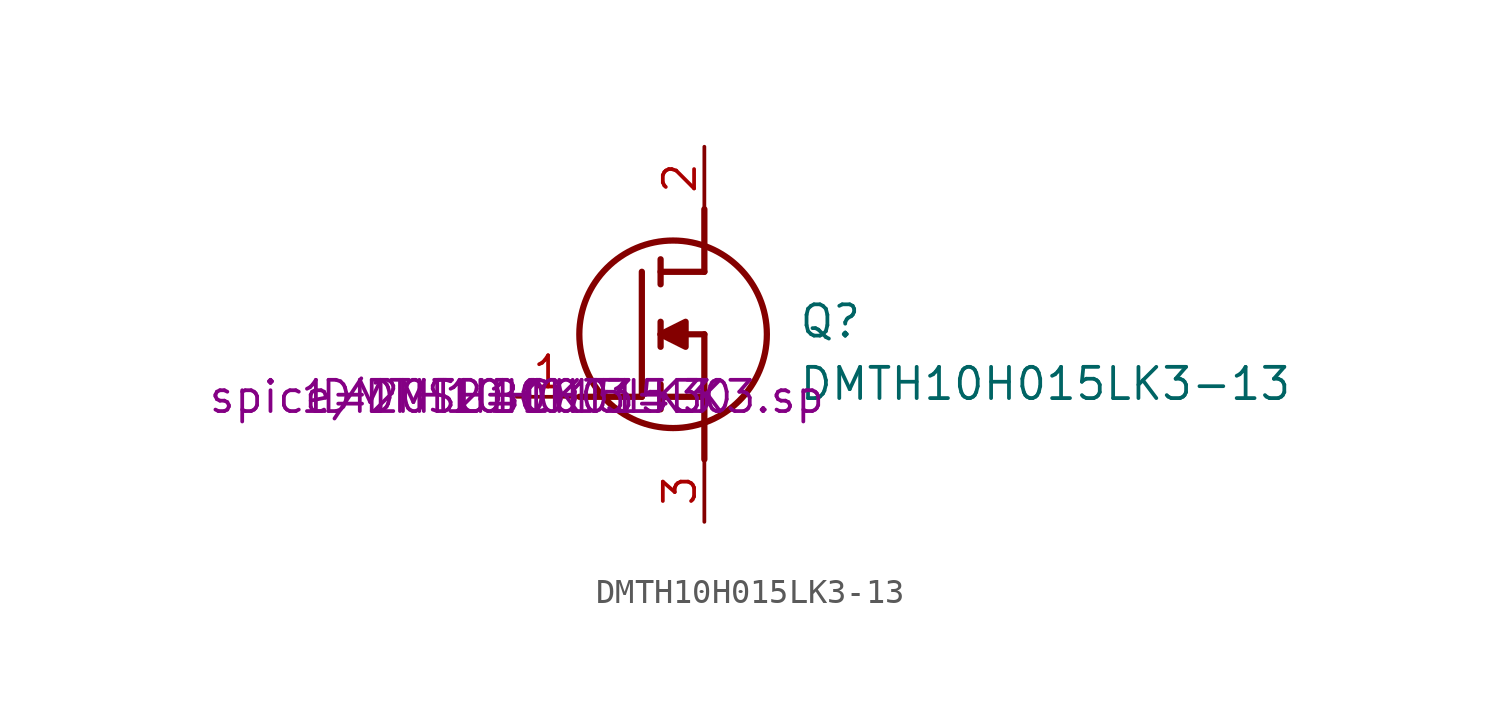
<source format=kicad_sym>
(kicad_symbol_lib
  (version 20220914)
  (generator kicad_symbol_editor)
  (symbol "DMTH10H015LK3-13"
    (pin_names hide)
    (property "Reference" "Q"
      (at 11.43 3.81 0)
      (effects (font (size 1.27 1.27)) (justify left top)))
    (property "Value" "DMTH10H015LK3-13"
      (at 11.43 1.27 0)
      (effects (font (size 1.27 1.27)) (justify left top)))
    (property "Sim.Library" "spice/DMTH10H015LK3.sp"
      (at 0 0 0)
      (effects (font (size 1.27 1.27))))
    (property "Sim.Name" "DMTH10H015LK3"
      (at 0 0 0)
      (effects (font (size 1.27 1.27))))
    (property "Sim.Device" "SUBCKT"
      (at 0 0 0)
      (effects (font (size 1.27 1.27))))
    (property "Sim.Pins" "1=20 2=10 3=30"
      (at 0 0 0)
      (effects (font (size 1.27 1.27))))
    (symbol "DMTH10H015LK3-13_1_1"
      (polyline (pts (xy 2.54 0) (xy 5.08 0)) (stroke (width 0.254) (type default)) (fill (type none)))
      (polyline (pts (xy 5.08 5.08) (xy 5.08 0)) (stroke (width 0.254) (type default)) (fill (type none)))
      (polyline (pts (xy 5.842 -0.508) (xy 5.842 0.508)) (stroke (width 0.254) (type default)) (fill (type none)))
      (polyline (pts (xy 5.842 0) (xy 7.62 0)) (stroke (width 0.254) (type default)) (fill (type none)))
      (polyline (pts (xy 5.842 2.032) (xy 5.842 3.048)) (stroke (width 0.254) (type default)) (fill (type none)))
      (polyline (pts (xy 5.842 5.588) (xy 5.842 4.572)) (stroke (width 0.254) (type default)) (fill (type none)))
      (polyline (pts (xy 7.62 2.54) (xy 5.842 2.54)) (stroke (width 0.254) (type default)) (fill (type none)))
      (polyline (pts (xy 7.62 2.54) (xy 7.62 -2.54)) (stroke (width 0.254) (type default)) (fill (type none)))
      (polyline (pts (xy 7.62 5.08) (xy 5.842 5.08)) (stroke (width 0.254) (type default)) (fill (type none)))
      (polyline (pts (xy 7.62 5.08) (xy 7.62 7.62)) (stroke (width 0.254) (type default)) (fill (type none)))
      (polyline (pts (xy 5.842 2.54) (xy 6.858 3.048) (xy 6.858 2.032) (xy 5.842 2.54)) (stroke (width 0.254) (type default)) (fill (type outline)))
      (circle (center 6.35 2.54) (radius 3.81) (stroke (width 0.254) (type default)) (fill (type none)))
      (pin passive line (at 0 0 0) (length 2.54) (name "G" (effects (font (size 1.27 1.27)))) (number "1" (effects (font (size 1.27 1.27)))))
      (pin passive line (at 7.62 10.16 270) (length 2.54) (name "D" (effects (font (size 1.27 1.27)))) (number "2" (effects (font (size 1.27 1.27)))))
      (pin passive line (at 7.62 -5.08 90) (length 2.54) (name "S" (effects (font (size 1.27 1.27)))) (number "3" (effects (font (size 1.27 1.27))))))))
</source>
